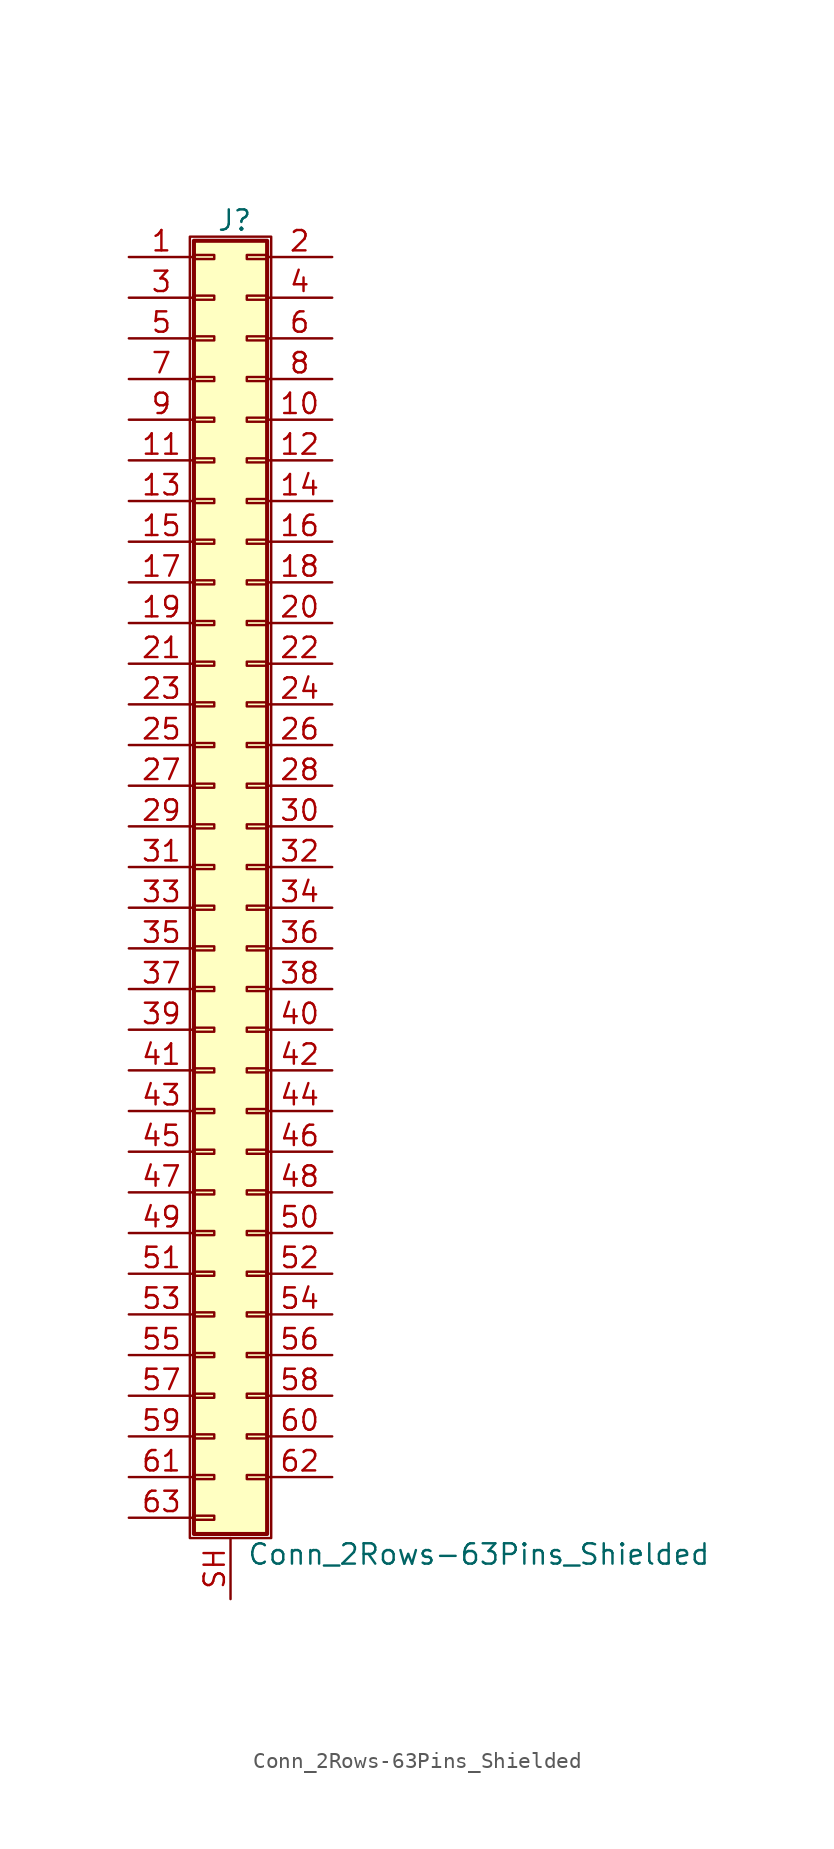
<source format=kicad_sym>
(kicad_symbol_lib
  (version 20201005)
  (generator kicad_symbol_editor)
  (symbol "Connector_Generic_Shielded:Conn_2Rows-63Pins_Shielded"
    (pin_names
      (offset 1.016) hide)
    (property "Reference" "J"
      (at 1.524 40.386 0)
      (effects (font (size 1.27 1.27))))
    (property "Value" "Conn_2Rows-63Pins_Shielded"
      (at 2.286 -42.926 0)
      (effects (font (size 1.27 1.27)) (justify left)))
    (symbol "Conn_2Rows-63Pins_Shielded_1_1"
      (rectangle (start -1.016 -27.813) (end 0.254 -28.067) (stroke (width 0.152)) (fill (type none)))
      (rectangle (start -1.016 -30.353) (end 0.254 -30.607) (stroke (width 0.152)) (fill (type none)))
      (rectangle (start -1.016 -32.893) (end 0.254 -33.147) (stroke (width 0.152)) (fill (type none)))
      (rectangle (start -1.016 -35.433) (end 0.254 -35.687) (stroke (width 0.152)) (fill (type none)))
      (rectangle (start -1.016 -37.973) (end 0.254 -38.227) (stroke (width 0.152)) (fill (type none)))
      (rectangle (start -1.016 -40.513) (end 0.254 -40.767) (stroke (width 0.152)) (fill (type none)))
      (rectangle (start -1.016 -4.953) (end 0.254 -5.207) (stroke (width 0.152)) (fill (type none)))
      (rectangle (start -1.016 -7.493) (end 0.254 -7.747) (stroke (width 0.152)) (fill (type none)))
      (rectangle (start -1.016 -10.033) (end 0.254 -10.287) (stroke (width 0.152)) (fill (type none)))
      (rectangle (start -1.016 -12.573) (end 0.254 -12.827) (stroke (width 0.152)) (fill (type none)))
      (rectangle (start -1.016 -15.113) (end 0.254 -15.367) (stroke (width 0.152)) (fill (type none)))
      (rectangle (start -1.016 -17.653) (end 0.254 -17.907) (stroke (width 0.152)) (fill (type none)))
      (rectangle (start -1.016 -20.193) (end 0.254 -20.447) (stroke (width 0.152)) (fill (type none)))
      (rectangle (start -1.016 -22.733) (end 0.254 -22.987) (stroke (width 0.152)) (fill (type none)))
      (rectangle (start -1.016 -2.413) (end 0.254 -2.667) (stroke (width 0.152)) (fill (type none)))
      (rectangle (start -1.016 -25.273) (end 0.254 -25.527) (stroke (width 0.152)) (fill (type none)))
      (rectangle (start -1.016 25.527) (end 0.254 25.273) (stroke (width 0.152)) (fill (type none)))
      (rectangle (start -1.016 2.667) (end 0.254 2.413) (stroke (width 0.152)) (fill (type none)))
      (rectangle (start -1.016 28.067) (end 0.254 27.813) (stroke (width 0.152)) (fill (type none)))
      (rectangle (start -1.016 30.607) (end 0.254 30.353) (stroke (width 0.152)) (fill (type none)))
      (rectangle (start -1.016 33.147) (end 0.254 32.893) (stroke (width 0.152)) (fill (type none)))
      (rectangle (start -1.016 35.687) (end 0.254 35.433) (stroke (width 0.152)) (fill (type none)))
      (rectangle (start -1.016 38.227) (end 0.254 37.973) (stroke (width 0.152)) (fill (type none)))
      (rectangle (start -1.016 39.116) (end 3.556 -41.656) (stroke (width 0.254)) (fill (type background)))
      (rectangle (start -1.016 5.207) (end 0.254 4.953) (stroke (width 0.152)) (fill (type none)))
      (rectangle (start -1.016 7.747) (end 0.254 7.493) (stroke (width 0.152)) (fill (type none)))
      (rectangle (start -1.016 10.287) (end 0.254 10.033) (stroke (width 0.152)) (fill (type none)))
      (rectangle (start -1.016 0.127) (end 0.254 -0.127) (stroke (width 0.152)) (fill (type none)))
      (rectangle (start -1.016 12.827) (end 0.254 12.573) (stroke (width 0.152)) (fill (type none)))
      (rectangle (start -1.016 15.367) (end 0.254 15.113) (stroke (width 0.152)) (fill (type none)))
      (rectangle (start -1.016 17.907) (end 0.254 17.653) (stroke (width 0.152)) (fill (type none)))
      (rectangle (start -1.016 20.447) (end 0.254 20.193) (stroke (width 0.152)) (fill (type none)))
      (rectangle (start -1.016 22.987) (end 0.254 22.733) (stroke (width 0.152)) (fill (type none)))
      (rectangle (start -1.27 39.37) (end 3.81 -41.91) (stroke (width 0.152)) (fill (type none)))
      (rectangle (start 3.556 -27.813) (end 2.286 -28.067) (stroke (width 0.152)) (fill (type none)))
      (rectangle (start 3.556 -30.353) (end 2.286 -30.607) (stroke (width 0.152)) (fill (type none)))
      (rectangle (start 3.556 -32.893) (end 2.286 -33.147) (stroke (width 0.152)) (fill (type none)))
      (rectangle (start 3.556 -35.433) (end 2.286 -35.687) (stroke (width 0.152)) (fill (type none)))
      (rectangle (start 3.556 -37.973) (end 2.286 -38.227) (stroke (width 0.152)) (fill (type none)))
      (rectangle (start 3.556 -4.953) (end 2.286 -5.207) (stroke (width 0.152)) (fill (type none)))
      (rectangle (start 3.556 -7.493) (end 2.286 -7.747) (stroke (width 0.152)) (fill (type none)))
      (rectangle (start 3.556 -10.033) (end 2.286 -10.287) (stroke (width 0.152)) (fill (type none)))
      (rectangle (start 3.556 -12.573) (end 2.286 -12.827) (stroke (width 0.152)) (fill (type none)))
      (rectangle (start 3.556 -15.113) (end 2.286 -15.367) (stroke (width 0.152)) (fill (type none)))
      (rectangle (start 3.556 -17.653) (end 2.286 -17.907) (stroke (width 0.152)) (fill (type none)))
      (rectangle (start 3.556 -20.193) (end 2.286 -20.447) (stroke (width 0.152)) (fill (type none)))
      (rectangle (start 3.556 -22.733) (end 2.286 -22.987) (stroke (width 0.152)) (fill (type none)))
      (rectangle (start 3.556 -2.413) (end 2.286 -2.667) (stroke (width 0.152)) (fill (type none)))
      (rectangle (start 3.556 -25.273) (end 2.286 -25.527) (stroke (width 0.152)) (fill (type none)))
      (rectangle (start 3.556 25.527) (end 2.286 25.273) (stroke (width 0.152)) (fill (type none)))
      (rectangle (start 3.556 2.667) (end 2.286 2.413) (stroke (width 0.152)) (fill (type none)))
      (rectangle (start 3.556 28.067) (end 2.286 27.813) (stroke (width 0.152)) (fill (type none)))
      (rectangle (start 3.556 30.607) (end 2.286 30.353) (stroke (width 0.152)) (fill (type none)))
      (rectangle (start 3.556 33.147) (end 2.286 32.893) (stroke (width 0.152)) (fill (type none)))
      (rectangle (start 3.556 35.687) (end 2.286 35.433) (stroke (width 0.152)) (fill (type none)))
      (rectangle (start 3.556 38.227) (end 2.286 37.973) (stroke (width 0.152)) (fill (type none)))
      (rectangle (start 3.556 5.207) (end 2.286 4.953) (stroke (width 0.152)) (fill (type none)))
      (rectangle (start 3.556 7.747) (end 2.286 7.493) (stroke (width 0.152)) (fill (type none)))
      (rectangle (start 3.556 10.287) (end 2.286 10.033) (stroke (width 0.152)) (fill (type none)))
      (rectangle (start 3.556 0.127) (end 2.286 -0.127) (stroke (width 0.152)) (fill (type none)))
      (rectangle (start 3.556 12.827) (end 2.286 12.573) (stroke (width 0.152)) (fill (type none)))
      (rectangle (start 3.556 15.367) (end 2.286 15.113) (stroke (width 0.152)) (fill (type none)))
      (rectangle (start 3.556 17.907) (end 2.286 17.653) (stroke (width 0.152)) (fill (type none)))
      (rectangle (start 3.556 20.447) (end 2.286 20.193) (stroke (width 0.152)) (fill (type none)))
      (rectangle (start 3.556 22.987) (end 2.286 22.733) (stroke (width 0.152)) (fill (type none)))
      (pin passive line (at -5.08 38.1 0) (length 4.064) (name "Pin_1" (effects (font (size 1.27 1.27)))) (number "1" (effects (font (size 1.27 1.27)))))
      (pin passive line (at 7.62 27.94 180) (length 4.064) (name "Pin_10" (effects (font (size 1.27 1.27)))) (number "10" (effects (font (size 1.27 1.27)))))
      (pin passive line (at -5.08 25.4 0) (length 4.064) (name "Pin_11" (effects (font (size 1.27 1.27)))) (number "11" (effects (font (size 1.27 1.27)))))
      (pin passive line (at 7.62 25.4 180) (length 4.064) (name "Pin_12" (effects (font (size 1.27 1.27)))) (number "12" (effects (font (size 1.27 1.27)))))
      (pin passive line (at -5.08 22.86 0) (length 4.064) (name "Pin_13" (effects (font (size 1.27 1.27)))) (number "13" (effects (font (size 1.27 1.27)))))
      (pin passive line (at 7.62 22.86 180) (length 4.064) (name "Pin_14" (effects (font (size 1.27 1.27)))) (number "14" (effects (font (size 1.27 1.27)))))
      (pin passive line (at -5.08 20.32 0) (length 4.064) (name "Pin_15" (effects (font (size 1.27 1.27)))) (number "15" (effects (font (size 1.27 1.27)))))
      (pin passive line (at 7.62 20.32 180) (length 4.064) (name "Pin_16" (effects (font (size 1.27 1.27)))) (number "16" (effects (font (size 1.27 1.27)))))
      (pin passive line (at -5.08 17.78 0) (length 4.064) (name "Pin_17" (effects (font (size 1.27 1.27)))) (number "17" (effects (font (size 1.27 1.27)))))
      (pin passive line (at 7.62 17.78 180) (length 4.064) (name "Pin_18" (effects (font (size 1.27 1.27)))) (number "18" (effects (font (size 1.27 1.27)))))
      (pin passive line (at -5.08 15.24 0) (length 4.064) (name "Pin_19" (effects (font (size 1.27 1.27)))) (number "19" (effects (font (size 1.27 1.27)))))
      (pin passive line (at 7.62 38.1 180) (length 4.064) (name "Pin_2" (effects (font (size 1.27 1.27)))) (number "2" (effects (font (size 1.27 1.27)))))
      (pin passive line (at 7.62 15.24 180) (length 4.064) (name "Pin_20" (effects (font (size 1.27 1.27)))) (number "20" (effects (font (size 1.27 1.27)))))
      (pin passive line (at -5.08 12.7 0) (length 4.064) (name "Pin_21" (effects (font (size 1.27 1.27)))) (number "21" (effects (font (size 1.27 1.27)))))
      (pin passive line (at 7.62 12.7 180) (length 4.064) (name "Pin_22" (effects (font (size 1.27 1.27)))) (number "22" (effects (font (size 1.27 1.27)))))
      (pin passive line (at -5.08 10.16 0) (length 4.064) (name "Pin_23" (effects (font (size 1.27 1.27)))) (number "23" (effects (font (size 1.27 1.27)))))
      (pin passive line (at 7.62 10.16 180) (length 4.064) (name "Pin_24" (effects (font (size 1.27 1.27)))) (number "24" (effects (font (size 1.27 1.27)))))
      (pin passive line (at -5.08 7.62 0) (length 4.064) (name "Pin_25" (effects (font (size 1.27 1.27)))) (number "25" (effects (font (size 1.27 1.27)))))
      (pin passive line (at 7.62 7.62 180) (length 4.064) (name "Pin_26" (effects (font (size 1.27 1.27)))) (number "26" (effects (font (size 1.27 1.27)))))
      (pin passive line (at -5.08 5.08 0) (length 4.064) (name "Pin_27" (effects (font (size 1.27 1.27)))) (number "27" (effects (font (size 1.27 1.27)))))
      (pin passive line (at 7.62 5.08 180) (length 4.064) (name "Pin_28" (effects (font (size 1.27 1.27)))) (number "28" (effects (font (size 1.27 1.27)))))
      (pin passive line (at -5.08 2.54 0) (length 4.064) (name "Pin_29" (effects (font (size 1.27 1.27)))) (number "29" (effects (font (size 1.27 1.27)))))
      (pin passive line (at -5.08 35.56 0) (length 4.064) (name "Pin_3" (effects (font (size 1.27 1.27)))) (number "3" (effects (font (size 1.27 1.27)))))
      (pin passive line (at 7.62 2.54 180) (length 4.064) (name "Pin_30" (effects (font (size 1.27 1.27)))) (number "30" (effects (font (size 1.27 1.27)))))
      (pin passive line (at -5.08 0 0) (length 4.064) (name "Pin_31" (effects (font (size 1.27 1.27)))) (number "31" (effects (font (size 1.27 1.27)))))
      (pin passive line (at 7.62 0 180) (length 4.064) (name "Pin_32" (effects (font (size 1.27 1.27)))) (number "32" (effects (font (size 1.27 1.27)))))
      (pin passive line (at -5.08 -2.54 0) (length 4.064) (name "Pin_33" (effects (font (size 1.27 1.27)))) (number "33" (effects (font (size 1.27 1.27)))))
      (pin passive line (at 7.62 -2.54 180) (length 4.064) (name "Pin_34" (effects (font (size 1.27 1.27)))) (number "34" (effects (font (size 1.27 1.27)))))
      (pin passive line (at -5.08 -5.08 0) (length 4.064) (name "Pin_35" (effects (font (size 1.27 1.27)))) (number "35" (effects (font (size 1.27 1.27)))))
      (pin passive line (at 7.62 -5.08 180) (length 4.064) (name "Pin_36" (effects (font (size 1.27 1.27)))) (number "36" (effects (font (size 1.27 1.27)))))
      (pin passive line (at -5.08 -7.62 0) (length 4.064) (name "Pin_37" (effects (font (size 1.27 1.27)))) (number "37" (effects (font (size 1.27 1.27)))))
      (pin passive line (at 7.62 -7.62 180) (length 4.064) (name "Pin_38" (effects (font (size 1.27 1.27)))) (number "38" (effects (font (size 1.27 1.27)))))
      (pin passive line (at -5.08 -10.16 0) (length 4.064) (name "Pin_39" (effects (font (size 1.27 1.27)))) (number "39" (effects (font (size 1.27 1.27)))))
      (pin passive line (at 7.62 35.56 180) (length 4.064) (name "Pin_4" (effects (font (size 1.27 1.27)))) (number "4" (effects (font (size 1.27 1.27)))))
      (pin passive line (at 7.62 -10.16 180) (length 4.064) (name "Pin_40" (effects (font (size 1.27 1.27)))) (number "40" (effects (font (size 1.27 1.27)))))
      (pin passive line (at -5.08 -12.7 0) (length 4.064) (name "Pin_41" (effects (font (size 1.27 1.27)))) (number "41" (effects (font (size 1.27 1.27)))))
      (pin passive line (at 7.62 -12.7 180) (length 4.064) (name "Pin_42" (effects (font (size 1.27 1.27)))) (number "42" (effects (font (size 1.27 1.27)))))
      (pin passive line (at -5.08 -15.24 0) (length 4.064) (name "Pin_43" (effects (font (size 1.27 1.27)))) (number "43" (effects (font (size 1.27 1.27)))))
      (pin passive line (at 7.62 -15.24 180) (length 4.064) (name "Pin_44" (effects (font (size 1.27 1.27)))) (number "44" (effects (font (size 1.27 1.27)))))
      (pin passive line (at -5.08 -17.78 0) (length 4.064) (name "Pin_45" (effects (font (size 1.27 1.27)))) (number "45" (effects (font (size 1.27 1.27)))))
      (pin passive line (at 7.62 -17.78 180) (length 4.064) (name "Pin_46" (effects (font (size 1.27 1.27)))) (number "46" (effects (font (size 1.27 1.27)))))
      (pin passive line (at -5.08 -20.32 0) (length 4.064) (name "Pin_47" (effects (font (size 1.27 1.27)))) (number "47" (effects (font (size 1.27 1.27)))))
      (pin passive line (at 7.62 -20.32 180) (length 4.064) (name "Pin_48" (effects (font (size 1.27 1.27)))) (number "48" (effects (font (size 1.27 1.27)))))
      (pin passive line (at -5.08 -22.86 0) (length 4.064) (name "Pin_49" (effects (font (size 1.27 1.27)))) (number "49" (effects (font (size 1.27 1.27)))))
      (pin passive line (at -5.08 33.02 0) (length 4.064) (name "Pin_5" (effects (font (size 1.27 1.27)))) (number "5" (effects (font (size 1.27 1.27)))))
      (pin passive line (at 7.62 -22.86 180) (length 4.064) (name "Pin_50" (effects (font (size 1.27 1.27)))) (number "50" (effects (font (size 1.27 1.27)))))
      (pin passive line (at -5.08 -25.4 0) (length 4.064) (name "Pin_51" (effects (font (size 1.27 1.27)))) (number "51" (effects (font (size 1.27 1.27)))))
      (pin passive line (at 7.62 -25.4 180) (length 4.064) (name "Pin_52" (effects (font (size 1.27 1.27)))) (number "52" (effects (font (size 1.27 1.27)))))
      (pin passive line (at -5.08 -27.94 0) (length 4.064) (name "Pin_53" (effects (font (size 1.27 1.27)))) (number "53" (effects (font (size 1.27 1.27)))))
      (pin passive line (at 7.62 -27.94 180) (length 4.064) (name "Pin_54" (effects (font (size 1.27 1.27)))) (number "54" (effects (font (size 1.27 1.27)))))
      (pin passive line (at -5.08 -30.48 0) (length 4.064) (name "Pin_55" (effects (font (size 1.27 1.27)))) (number "55" (effects (font (size 1.27 1.27)))))
      (pin passive line (at 7.62 -30.48 180) (length 4.064) (name "Pin_56" (effects (font (size 1.27 1.27)))) (number "56" (effects (font (size 1.27 1.27)))))
      (pin passive line (at -5.08 -33.02 0) (length 4.064) (name "Pin_57" (effects (font (size 1.27 1.27)))) (number "57" (effects (font (size 1.27 1.27)))))
      (pin passive line (at 7.62 -33.02 180) (length 4.064) (name "Pin_58" (effects (font (size 1.27 1.27)))) (number "58" (effects (font (size 1.27 1.27)))))
      (pin passive line (at -5.08 -35.56 0) (length 4.064) (name "Pin_59" (effects (font (size 1.27 1.27)))) (number "59" (effects (font (size 1.27 1.27)))))
      (pin passive line (at 7.62 33.02 180) (length 4.064) (name "Pin_6" (effects (font (size 1.27 1.27)))) (number "6" (effects (font (size 1.27 1.27)))))
      (pin passive line (at 7.62 -35.56 180) (length 4.064) (name "Pin_60" (effects (font (size 1.27 1.27)))) (number "60" (effects (font (size 1.27 1.27)))))
      (pin passive line (at -5.08 -38.1 0) (length 4.064) (name "Pin_61" (effects (font (size 1.27 1.27)))) (number "61" (effects (font (size 1.27 1.27)))))
      (pin passive line (at 7.62 -38.1 180) (length 4.064) (name "Pin_62" (effects (font (size 1.27 1.27)))) (number "62" (effects (font (size 1.27 1.27)))))
      (pin passive line (at -5.08 -40.64 0) (length 4.064) (name "Pin_63" (effects (font (size 1.27 1.27)))) (number "63" (effects (font (size 1.27 1.27)))))
      (pin passive line (at -5.08 30.48 0) (length 4.064) (name "Pin_7" (effects (font (size 1.27 1.27)))) (number "7" (effects (font (size 1.27 1.27)))))
      (pin passive line (at 7.62 30.48 180) (length 4.064) (name "Pin_8" (effects (font (size 1.27 1.27)))) (number "8" (effects (font (size 1.27 1.27)))))
      (pin passive line (at -5.08 27.94 0) (length 4.064) (name "Pin_9" (effects (font (size 1.27 1.27)))) (number "9" (effects (font (size 1.27 1.27)))))
      (pin passive line (at 1.27 -45.72 90) (length 3.81) (name "Shield" (effects (font (size 1.27 1.27)))) (number "SH" (effects (font (size 1.27 1.27))))))))
</source>
